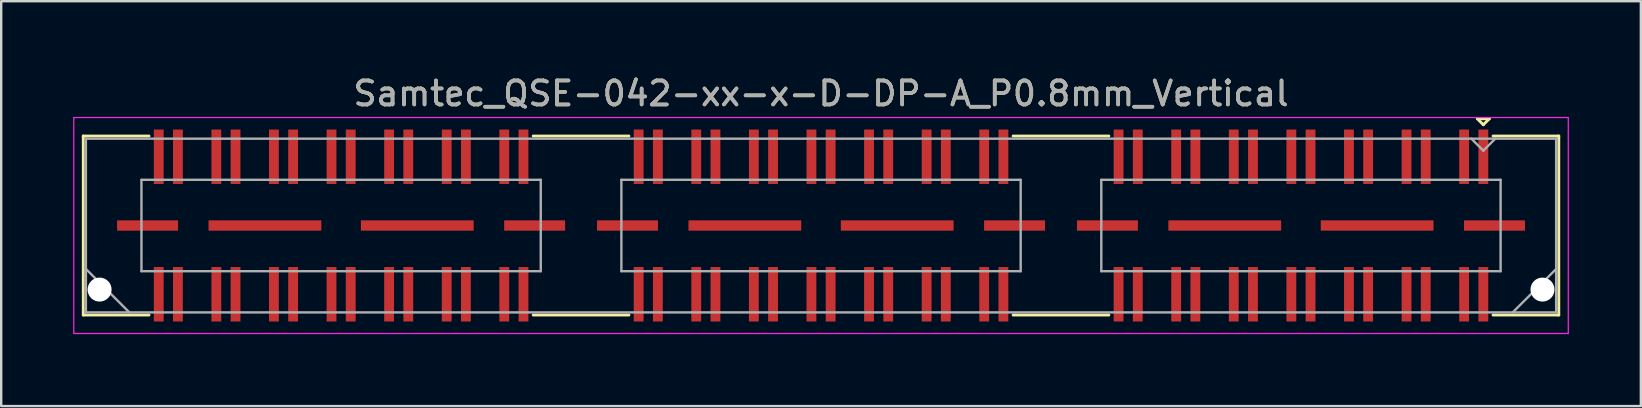
<source format=kicad_pcb>
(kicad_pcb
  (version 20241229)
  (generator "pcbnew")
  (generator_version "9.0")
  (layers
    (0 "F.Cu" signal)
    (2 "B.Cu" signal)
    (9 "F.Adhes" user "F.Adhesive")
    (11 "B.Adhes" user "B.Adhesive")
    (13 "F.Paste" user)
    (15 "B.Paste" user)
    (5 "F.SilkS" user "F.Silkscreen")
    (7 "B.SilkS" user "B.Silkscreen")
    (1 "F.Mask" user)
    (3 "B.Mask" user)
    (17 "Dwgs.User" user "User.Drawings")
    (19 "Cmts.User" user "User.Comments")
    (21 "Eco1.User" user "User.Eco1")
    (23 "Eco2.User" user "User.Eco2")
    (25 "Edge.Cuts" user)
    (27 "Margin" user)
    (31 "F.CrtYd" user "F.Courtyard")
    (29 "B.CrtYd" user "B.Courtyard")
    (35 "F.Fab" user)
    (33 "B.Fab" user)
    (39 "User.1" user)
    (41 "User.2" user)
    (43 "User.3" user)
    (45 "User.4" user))
  (footprint "Samtec_QSE-042-xx-x-D-DP-A_P0.8mm_Vertical"
    (layer "F.Cu")
    (at 31.165 6.348)
    (property "Reference" "Samtec_QSE-042-xx-x-D-DP-A_P0.8mm_Vertical" (at 0 -5.5 0) (layer "F.SilkS") (effects (font (size 1 1) (thickness 0.15))))
    (attr smd)
    (fp_line (start -30.745 -3.73) (end -28.005 -3.73) (stroke (width 0.12) (type solid)) (layer "F.SilkS"))
    (fp_line (start -30.745 3.73) (end -30.745 -3.73) (stroke (width 0.12) (type solid)) (layer "F.SilkS"))
    (fp_line (start -28.005 3.73) (end -30.745 3.73) (stroke (width 0.12) (type solid)) (layer "F.SilkS"))
    (fp_line (start -8.005 -3.73) (end -11.995 -3.73) (stroke (width 0.12) (type solid)) (layer "F.SilkS"))
    (fp_line (start -8.005 3.73) (end -11.995 3.73) (stroke (width 0.12) (type solid)) (layer "F.SilkS"))
    (fp_line (start 11.995 -3.73) (end 8.005 -3.73) (stroke (width 0.12) (type solid)) (layer "F.SilkS"))
    (fp_line (start 11.995 3.73) (end 8.005 3.73) (stroke (width 0.12) (type solid)) (layer "F.SilkS"))
    (fp_line (start 27.35 -4.45) (end 27.85 -4.45) (stroke (width 0.12) (type solid)) (layer "F.SilkS"))
    (fp_line (start 27.6 -4.2) (end 27.35 -4.45) (stroke (width 0.12) (type solid)) (layer "F.SilkS"))
    (fp_line (start 27.85 -4.45) (end 27.6 -4.2) (stroke (width 0.12) (type solid)) (layer "F.SilkS"))
    (fp_line (start 28.005 3.73) (end 30.745 3.73) (stroke (width 0.12) (type solid)) (layer "F.SilkS"))
    (fp_line (start 30.745 -3.73) (end 28.005 -3.73) (stroke (width 0.12) (type solid)) (layer "F.SilkS"))
    (fp_line (start 30.745 3.73) (end 30.745 -3.73) (stroke (width 0.12) (type solid)) (layer "F.SilkS"))
    (fp_line (start -31.14 -4.5) (end -31.14 4.5) (stroke (width 0.05) (type solid)) (layer "F.CrtYd"))
    (fp_line (start -31.14 4.5) (end 31.14 4.5) (stroke (width 0.05) (type solid)) (layer "F.CrtYd"))
    (fp_line (start 31.14 -4.5) (end -31.14 -4.5) (stroke (width 0.05) (type solid)) (layer "F.CrtYd"))
    (fp_line (start 31.14 4.5) (end 31.14 -4.5) (stroke (width 0.05) (type solid)) (layer "F.CrtYd"))
    (fp_line (start -30.635 -3.62) (end -30.635 3.62) (stroke (width 0.1) (type solid)) (layer "F.Fab"))
    (fp_line (start -30.635 1.81) (end -28.825 3.62) (stroke (width 0.1) (type solid)) (layer "F.Fab"))
    (fp_line (start -30.635 3.62) (end 30.635 3.62) (stroke (width 0.1) (type solid)) (layer "F.Fab"))
    (fp_line (start -28.32 -1.905) (end -28.32 1.905) (stroke (width 0.1) (type solid)) (layer "F.Fab"))
    (fp_line (start -28.32 1.905) (end -11.68 1.905) (stroke (width 0.1) (type solid)) (layer "F.Fab"))
    (fp_line (start -11.68 -1.905) (end -28.32 -1.905) (stroke (width 0.1) (type solid)) (layer "F.Fab"))
    (fp_line (start -11.68 1.905) (end -11.68 -1.905) (stroke (width 0.1) (type solid)) (layer "F.Fab"))
    (fp_line (start -8.32 -1.905) (end -8.32 1.905) (stroke (width 0.1) (type solid)) (layer "F.Fab"))
    (fp_line (start -8.32 1.905) (end 8.32 1.905) (stroke (width 0.1) (type solid)) (layer "F.Fab"))
    (fp_line (start 8.32 -1.905) (end -8.32 -1.905) (stroke (width 0.1) (type solid)) (layer "F.Fab"))
    (fp_line (start 8.32 1.905) (end 8.32 -1.905) (stroke (width 0.1) (type solid)) (layer "F.Fab"))
    (fp_line (start 11.68 -1.905) (end 11.68 1.905) (stroke (width 0.1) (type solid)) (layer "F.Fab"))
    (fp_line (start 11.68 1.905) (end 28.32 1.905) (stroke (width 0.1) (type solid)) (layer "F.Fab"))
    (fp_line (start 27.6 -3.12) (end 27.1 -3.62) (stroke (width 0.1) (type solid)) (layer "F.Fab"))
    (fp_line (start 28.1 -3.62) (end 27.6 -3.12) (stroke (width 0.1) (type solid)) (layer "F.Fab"))
    (fp_line (start 28.32 -1.905) (end 11.68 -1.905) (stroke (width 0.1) (type solid)) (layer "F.Fab"))
    (fp_line (start 28.32 1.905) (end 28.32 -1.905) (stroke (width 0.1) (type solid)) (layer "F.Fab"))
    (fp_line (start 30.635 -3.62) (end -30.635 -3.62) (stroke (width 0.1) (type solid)) (layer "F.Fab"))
    (fp_line (start 30.635 1.81) (end 28.825 3.62) (stroke (width 0.1) (type solid)) (layer "F.Fab"))
    (fp_line (start 30.635 3.62) (end 30.635 -3.62) (stroke (width 0.1) (type solid)) (layer "F.Fab"))
    (fp_text user "${REFERENCE}" (at 0 -5.5 0) (layer "F.Fab") (effects (font (size 1 1) (thickness 0.15))))
    (pad "" np_thru_hole circle (at -30.065 2.67) (size 1 1) (drill 1) (layers "*.Cu" "*.Mask"))
    (pad "" np_thru_hole circle (at 30.065 2.67) (size 1 1) (drill 1) (layers "*.Cu" "*.Mask"))
    (pad "1" smd rect (at 27.6 -2.865) (size 0.41 2.27) (layers "F.Cu" "F.Mask" "F.Paste"))
    (pad "2" smd rect (at 27.6 2.865) (size 0.41 2.27) (layers "F.Cu" "F.Mask" "F.Paste"))
    (pad "3" smd rect (at 26.8 -2.865) (size 0.41 2.27) (layers "F.Cu" "F.Mask" "F.Paste"))
    (pad "4" smd rect (at 26.8 2.865) (size 0.41 2.27) (layers "F.Cu" "F.Mask" "F.Paste"))
    (pad "5" smd rect (at 25.2 -2.865) (size 0.41 2.27) (layers "F.Cu" "F.Mask" "F.Paste"))
    (pad "6" smd rect (at 25.2 2.865) (size 0.41 2.27) (layers "F.Cu" "F.Mask" "F.Paste"))
    (pad "7" smd rect (at 24.4 -2.865) (size 0.41 2.27) (layers "F.Cu" "F.Mask" "F.Paste"))
    (pad "8" smd rect (at 24.4 2.865) (size 0.41 2.27) (layers "F.Cu" "F.Mask" "F.Paste"))
    (pad "9" smd rect (at 22.8 -2.865) (size 0.41 2.27) (layers "F.Cu" "F.Mask" "F.Paste"))
    (pad "10" smd rect (at 22.8 2.865) (size 0.41 2.27) (layers "F.Cu" "F.Mask" "F.Paste"))
    (pad "11" smd rect (at 22 -2.865) (size 0.41 2.27) (layers "F.Cu" "F.Mask" "F.Paste"))
    (pad "12" smd rect (at 22 2.865) (size 0.41 2.27) (layers "F.Cu" "F.Mask" "F.Paste"))
    (pad "13" smd rect (at 20.4 -2.865) (size 0.41 2.27) (layers "F.Cu" "F.Mask" "F.Paste"))
    (pad "14" smd rect (at 20.4 2.865) (size 0.41 2.27) (layers "F.Cu" "F.Mask" "F.Paste"))
    (pad "15" smd rect (at 19.6 -2.865) (size 0.41 2.27) (layers "F.Cu" "F.Mask" "F.Paste"))
    (pad "16" smd rect (at 19.6 2.865) (size 0.41 2.27) (layers "F.Cu" "F.Mask" "F.Paste"))
    (pad "17" smd rect (at 18 -2.865) (size 0.41 2.27) (layers "F.Cu" "F.Mask" "F.Paste"))
    (pad "18" smd rect (at 18 2.865) (size 0.41 2.27) (layers "F.Cu" "F.Mask" "F.Paste"))
    (pad "19" smd rect (at 17.2 -2.865) (size 0.41 2.27) (layers "F.Cu" "F.Mask" "F.Paste"))
    (pad "20" smd rect (at 17.2 2.865) (size 0.41 2.27) (layers "F.Cu" "F.Mask" "F.Paste"))
    (pad "21" smd rect (at 15.6 -2.865) (size 0.41 2.27) (layers "F.Cu" "F.Mask" "F.Paste"))
    (pad "22" smd rect (at 15.6 2.865) (size 0.41 2.27) (layers "F.Cu" "F.Mask" "F.Paste"))
    (pad "23" smd rect (at 14.8 -2.865) (size 0.41 2.27) (layers "F.Cu" "F.Mask" "F.Paste"))
    (pad "24" smd rect (at 14.8 2.865) (size 0.41 2.27) (layers "F.Cu" "F.Mask" "F.Paste"))
    (pad "25" smd rect (at 13.2 -2.865) (size 0.41 2.27) (layers "F.Cu" "F.Mask" "F.Paste"))
    (pad "26" smd rect (at 13.2 2.865) (size 0.41 2.27) (layers "F.Cu" "F.Mask" "F.Paste"))
    (pad "27" smd rect (at 12.4 -2.865) (size 0.41 2.27) (layers "F.Cu" "F.Mask" "F.Paste"))
    (pad "28" smd rect (at 12.4 2.865) (size 0.41 2.27) (layers "F.Cu" "F.Mask" "F.Paste"))
    (pad "29" smd rect (at 7.6 -2.865) (size 0.41 2.27) (layers "F.Cu" "F.Mask" "F.Paste"))
    (pad "30" smd rect (at 7.6 2.865) (size 0.41 2.27) (layers "F.Cu" "F.Mask" "F.Paste"))
    (pad "31" smd rect (at 6.8 -2.865) (size 0.41 2.27) (layers "F.Cu" "F.Mask" "F.Paste"))
    (pad "32" smd rect (at 6.8 2.865) (size 0.41 2.27) (layers "F.Cu" "F.Mask" "F.Paste"))
    (pad "33" smd rect (at 5.2 -2.865) (size 0.41 2.27) (layers "F.Cu" "F.Mask" "F.Paste"))
    (pad "34" smd rect (at 5.2 2.865) (size 0.41 2.27) (layers "F.Cu" "F.Mask" "F.Paste"))
    (pad "35" smd rect (at 4.4 -2.865) (size 0.41 2.27) (layers "F.Cu" "F.Mask" "F.Paste"))
    (pad "36" smd rect (at 4.4 2.865) (size 0.41 2.27) (layers "F.Cu" "F.Mask" "F.Paste"))
    (pad "37" smd rect (at 2.8 -2.865) (size 0.41 2.27) (layers "F.Cu" "F.Mask" "F.Paste"))
    (pad "38" smd rect (at 2.8 2.865) (size 0.41 2.27) (layers "F.Cu" "F.Mask" "F.Paste"))
    (pad "39" smd rect (at 2 -2.865) (size 0.41 2.27) (layers "F.Cu" "F.Mask" "F.Paste"))
    (pad "40" smd rect (at 2 2.865) (size 0.41 2.27) (layers "F.Cu" "F.Mask" "F.Paste"))
    (pad "41" smd rect (at 0.4 -2.865) (size 0.41 2.27) (layers "F.Cu" "F.Mask" "F.Paste"))
    (pad "42" smd rect (at 0.4 2.865) (size 0.41 2.27) (layers "F.Cu" "F.Mask" "F.Paste"))
    (pad "43" smd rect (at -0.4 -2.865) (size 0.41 2.27) (layers "F.Cu" "F.Mask" "F.Paste"))
    (pad "44" smd rect (at -0.4 2.865) (size 0.41 2.27) (layers "F.Cu" "F.Mask" "F.Paste"))
    (pad "45" smd rect (at -2 -2.865) (size 0.41 2.27) (layers "F.Cu" "F.Mask" "F.Paste"))
    (pad "46" smd rect (at -2 2.865) (size 0.41 2.27) (layers "F.Cu" "F.Mask" "F.Paste"))
    (pad "47" smd rect (at -2.8 -2.865) (size 0.41 2.27) (layers "F.Cu" "F.Mask" "F.Paste"))
    (pad "48" smd rect (at -2.8 2.865) (size 0.41 2.27) (layers "F.Cu" "F.Mask" "F.Paste"))
    (pad "49" smd rect (at -4.4 -2.865) (size 0.41 2.27) (layers "F.Cu" "F.Mask" "F.Paste"))
    (pad "50" smd rect (at -4.4 2.865) (size 0.41 2.27) (layers "F.Cu" "F.Mask" "F.Paste"))
    (pad "51" smd rect (at -5.2 -2.865) (size 0.41 2.27) (layers "F.Cu" "F.Mask" "F.Paste"))
    (pad "52" smd rect (at -5.2 2.865) (size 0.41 2.27) (layers "F.Cu" "F.Mask" "F.Paste"))
    (pad "53" smd rect (at -6.8 -2.865) (size 0.41 2.27) (layers "F.Cu" "F.Mask" "F.Paste"))
    (pad "54" smd rect (at -6.8 2.865) (size 0.41 2.27) (layers "F.Cu" "F.Mask" "F.Paste"))
    (pad "55" smd rect (at -7.6 -2.865) (size 0.41 2.27) (layers "F.Cu" "F.Mask" "F.Paste"))
    (pad "56" smd rect (at -7.6 2.865) (size 0.41 2.27) (layers "F.Cu" "F.Mask" "F.Paste"))
    (pad "57" smd rect (at -12.4 -2.865) (size 0.41 2.27) (layers "F.Cu" "F.Mask" "F.Paste"))
    (pad "58" smd rect (at -12.4 2.865) (size 0.41 2.27) (layers "F.Cu" "F.Mask" "F.Paste"))
    (pad "59" smd rect (at -13.2 -2.865) (size 0.41 2.27) (layers "F.Cu" "F.Mask" "F.Paste"))
    (pad "60" smd rect (at -13.2 2.865) (size 0.41 2.27) (layers "F.Cu" "F.Mask" "F.Paste"))
    (pad "61" smd rect (at -14.8 -2.865) (size 0.41 2.27) (layers "F.Cu" "F.Mask" "F.Paste"))
    (pad "62" smd rect (at -14.8 2.865) (size 0.41 2.27) (layers "F.Cu" "F.Mask" "F.Paste"))
    (pad "63" smd rect (at -15.6 -2.865) (size 0.41 2.27) (layers "F.Cu" "F.Mask" "F.Paste"))
    (pad "64" smd rect (at -15.6 2.865) (size 0.41 2.27) (layers "F.Cu" "F.Mask" "F.Paste"))
    (pad "65" smd rect (at -17.2 -2.865) (size 0.41 2.27) (layers "F.Cu" "F.Mask" "F.Paste"))
    (pad "66" smd rect (at -17.2 2.865) (size 0.41 2.27) (layers "F.Cu" "F.Mask" "F.Paste"))
    (pad "67" smd rect (at -18 -2.865) (size 0.41 2.27) (layers "F.Cu" "F.Mask" "F.Paste"))
    (pad "68" smd rect (at -18 2.865) (size 0.41 2.27) (layers "F.Cu" "F.Mask" "F.Paste"))
    (pad "69" smd rect (at -19.6 -2.865) (size 0.41 2.27) (layers "F.Cu" "F.Mask" "F.Paste"))
    (pad "70" smd rect (at -19.6 2.865) (size 0.41 2.27) (layers "F.Cu" "F.Mask" "F.Paste"))
    (pad "71" smd rect (at -20.4 -2.865) (size 0.41 2.27) (layers "F.Cu" "F.Mask" "F.Paste"))
    (pad "72" smd rect (at -20.4 2.865) (size 0.41 2.27) (layers "F.Cu" "F.Mask" "F.Paste"))
    (pad "73" smd rect (at -22 -2.865) (size 0.41 2.27) (layers "F.Cu" "F.Mask" "F.Paste"))
    (pad "74" smd rect (at -22 2.865) (size 0.41 2.27) (layers "F.Cu" "F.Mask" "F.Paste"))
    (pad "75" smd rect (at -22.8 -2.865) (size 0.41 2.27) (layers "F.Cu" "F.Mask" "F.Paste"))
    (pad "76" smd rect (at -22.8 2.865) (size 0.41 2.27) (layers "F.Cu" "F.Mask" "F.Paste"))
    (pad "77" smd rect (at -24.4 -2.865) (size 0.41 2.27) (layers "F.Cu" "F.Mask" "F.Paste"))
    (pad "78" smd rect (at -24.4 2.865) (size 0.41 2.27) (layers "F.Cu" "F.Mask" "F.Paste"))
    (pad "79" smd rect (at -25.2 -2.865) (size 0.41 2.27) (layers "F.Cu" "F.Mask" "F.Paste"))
    (pad "80" smd rect (at -25.2 2.865) (size 0.41 2.27) (layers "F.Cu" "F.Mask" "F.Paste"))
    (pad "81" smd rect (at -26.8 -2.865) (size 0.41 2.27) (layers "F.Cu" "F.Mask" "F.Paste"))
    (pad "82" smd rect (at -26.8 2.865) (size 0.41 2.27) (layers "F.Cu" "F.Mask" "F.Paste"))
    (pad "83" smd rect (at -27.6 -2.865) (size 0.41 2.27) (layers "F.Cu" "F.Mask" "F.Paste"))
    (pad "84" smd rect (at -27.6 2.865) (size 0.41 2.27) (layers "F.Cu" "F.Mask" "F.Paste"))
    (pad "P1" smd rect (at 11.935 0) (size 2.54 0.43) (layers "F.Cu" "F.Mask" "F.Paste"))
    (pad "P1" smd rect (at 16.825 0) (size 4.7 0.43) (layers "F.Cu" "F.Mask" "F.Paste"))
    (pad "P1" smd rect (at 23.175 0) (size 4.7 0.43) (layers "F.Cu" "F.Mask" "F.Paste"))
    (pad "P1" smd rect (at 28.065 0) (size 2.54 0.43) (layers "F.Cu" "F.Mask" "F.Paste"))
    (pad "P2" smd rect (at -8.065 0) (size 2.54 0.43) (layers "F.Cu" "F.Mask" "F.Paste"))
    (pad "P2" smd rect (at -3.175 0) (size 4.7 0.43) (layers "F.Cu" "F.Mask" "F.Paste"))
    (pad "P2" smd rect (at 3.175 0) (size 4.7 0.43) (layers "F.Cu" "F.Mask" "F.Paste"))
    (pad "P2" smd rect (at 8.065 0) (size 2.54 0.43) (layers "F.Cu" "F.Mask" "F.Paste"))
    (pad "P3" smd rect (at -28.065 0) (size 2.54 0.43) (layers "F.Cu" "F.Mask" "F.Paste"))
    (pad "P3" smd rect (at -23.175 0) (size 4.7 0.43) (layers "F.Cu" "F.Mask" "F.Paste"))
    (pad "P3" smd rect (at -16.825 0) (size 4.7 0.43) (layers "F.Cu" "F.Mask" "F.Paste"))
    (pad "P3" smd rect (at -11.935 0) (size 2.54 0.43) (layers "F.Cu" "F.Mask" "F.Paste")))
  (gr_rect
    (start -3 -3)
    (end 65.33 13.873)
    (stroke (width 0.1) (type default))
    (fill no)
    (layer "Edge.Cuts")))
</source>
